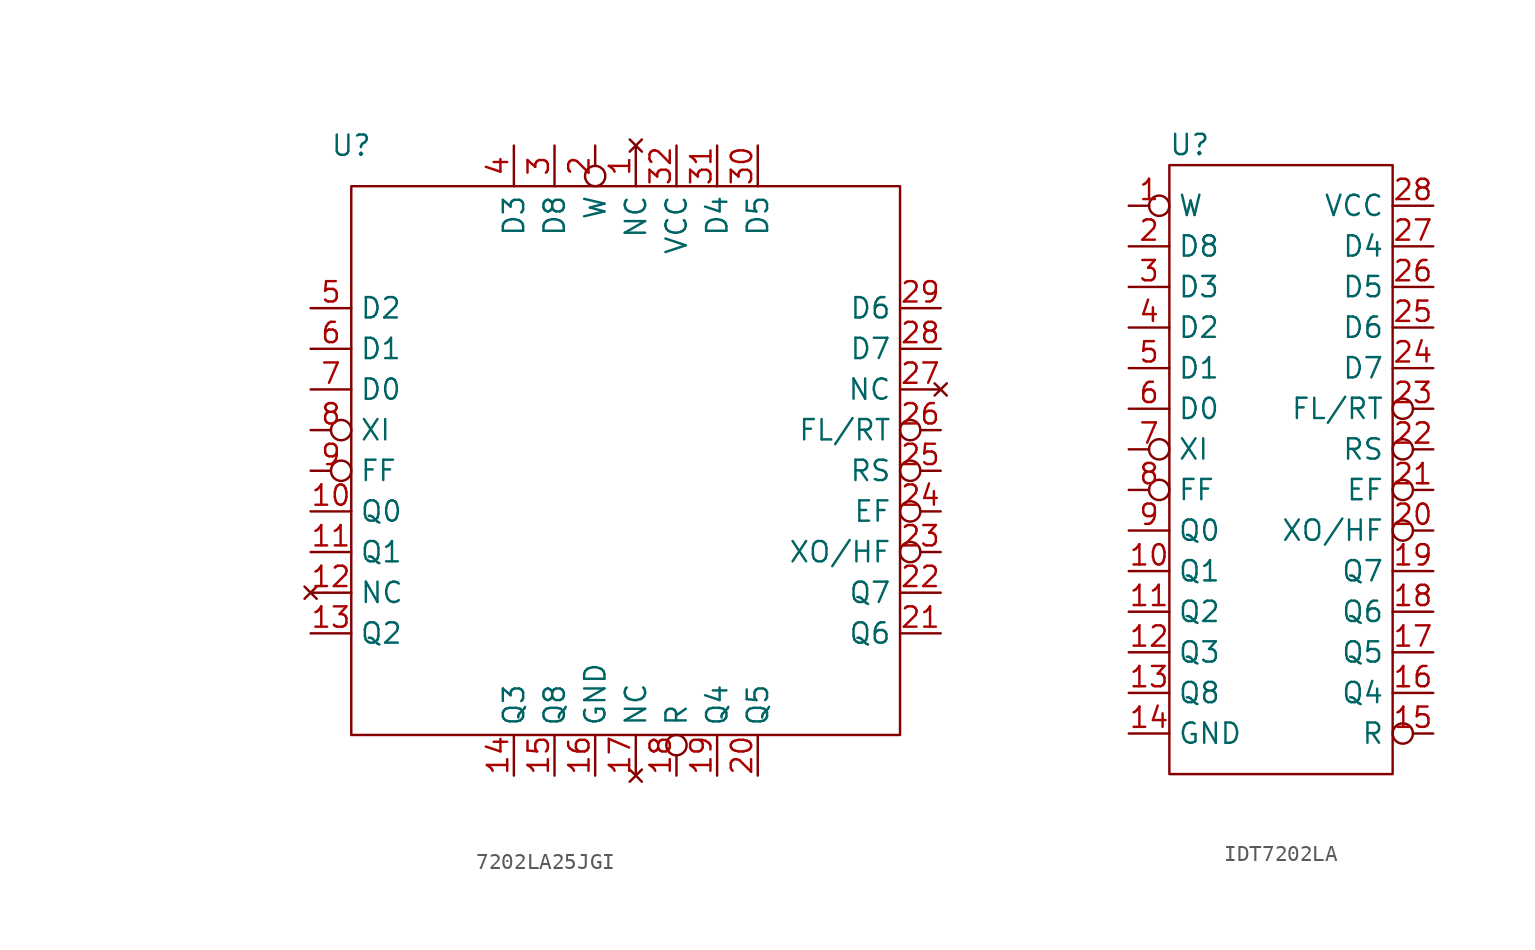
<source format=kicad_sym>
(kicad_symbol_lib
  (version 20220914)
  (generator kicad_symbol_editor)
  (symbol "7202LA25JGI"
    (property "Reference" "U"
      (at -17.78 21.59 0)
      (effects (font (size 1.27 1.27))))
    (property "Value" ""
      (at -30.48 6.35 0)
      (effects (font (size 1.27 1.27))))
    (symbol "7202LA25JGI_0_1"
      (rectangle (start -17.78 19.05) (end 16.51 -15.24) (stroke (width 0) (type default)) (fill (type none))))
    (symbol "7202LA25JGI_1_1"
      (pin no_connect line (at 0 21.59 270) (length 2.54) (name "NC" (effects (font (size 1.27 1.27)))) (number "1" (effects (font (size 1.27 1.27)))))
      (pin bidirectional line (at -20.32 -1.27 0) (length 2.54) (name "Q0" (effects (font (size 1.27 1.27)))) (number "10" (effects (font (size 1.27 1.27)))))
      (pin bidirectional line (at -20.32 -3.81 0) (length 2.54) (name "Q1" (effects (font (size 1.27 1.27)))) (number "11" (effects (font (size 1.27 1.27)))))
      (pin no_connect line (at -20.32 -6.35 0) (length 2.54) (name "NC" (effects (font (size 1.27 1.27)))) (number "12" (effects (font (size 1.27 1.27)))))
      (pin bidirectional line (at -20.32 -8.89 0) (length 2.54) (name "Q2" (effects (font (size 1.27 1.27)))) (number "13" (effects (font (size 1.27 1.27)))))
      (pin bidirectional line (at -7.62 -17.78 90) (length 2.54) (name "Q3" (effects (font (size 1.27 1.27)))) (number "14" (effects (font (size 1.27 1.27)))))
      (pin bidirectional line (at -5.08 -17.78 90) (length 2.54) (name "Q8" (effects (font (size 1.27 1.27)))) (number "15" (effects (font (size 1.27 1.27)))))
      (pin power_in line (at -2.54 -17.78 90) (length 2.54) (name "GND" (effects (font (size 1.27 1.27)))) (number "16" (effects (font (size 1.27 1.27)))))
      (pin no_connect line (at 0 -17.78 90) (length 2.54) (name "NC" (effects (font (size 1.27 1.27)))) (number "17" (effects (font (size 1.27 1.27)))))
      (pin input inverted (at 2.54 -17.78 90) (length 2.54) (name "R" (effects (font (size 1.27 1.27)))) (number "18" (effects (font (size 1.27 1.27)))))
      (pin bidirectional line (at 5.08 -17.78 90) (length 2.54) (name "Q4" (effects (font (size 1.27 1.27)))) (number "19" (effects (font (size 1.27 1.27)))))
      (pin input inverted (at -2.54 21.59 270) (length 2.54) (name "W" (effects (font (size 1.27 1.27)))) (number "2" (effects (font (size 1.27 1.27)))))
      (pin bidirectional line (at 7.62 -17.78 90) (length 2.54) (name "Q5" (effects (font (size 1.27 1.27)))) (number "20" (effects (font (size 1.27 1.27)))))
      (pin bidirectional line (at 19.05 -8.89 180) (length 2.54) (name "Q6" (effects (font (size 1.27 1.27)))) (number "21" (effects (font (size 1.27 1.27)))))
      (pin bidirectional line (at 19.05 -6.35 180) (length 2.54) (name "Q7" (effects (font (size 1.27 1.27)))) (number "22" (effects (font (size 1.27 1.27)))))
      (pin output inverted (at 19.05 -3.81 180) (length 2.54) (name "XO/HF" (effects (font (size 1.27 1.27)))) (number "23" (effects (font (size 1.27 1.27)))))
      (pin output inverted (at 19.05 -1.27 180) (length 2.54) (name "EF" (effects (font (size 1.27 1.27)))) (number "24" (effects (font (size 1.27 1.27)))))
      (pin input inverted (at 19.05 1.27 180) (length 2.54) (name "RS" (effects (font (size 1.27 1.27)))) (number "25" (effects (font (size 1.27 1.27)))))
      (pin input inverted (at 19.05 3.81 180) (length 2.54) (name "FL/RT" (effects (font (size 1.27 1.27)))) (number "26" (effects (font (size 1.27 1.27)))))
      (pin no_connect line (at 19.05 6.35 180) (length 2.54) (name "NC" (effects (font (size 1.27 1.27)))) (number "27" (effects (font (size 1.27 1.27)))))
      (pin bidirectional line (at 19.05 8.89 180) (length 2.54) (name "D7" (effects (font (size 1.27 1.27)))) (number "28" (effects (font (size 1.27 1.27)))))
      (pin bidirectional line (at 19.05 11.43 180) (length 2.54) (name "D6" (effects (font (size 1.27 1.27)))) (number "29" (effects (font (size 1.27 1.27)))))
      (pin bidirectional line (at -5.08 21.59 270) (length 2.54) (name "D8" (effects (font (size 1.27 1.27)))) (number "3" (effects (font (size 1.27 1.27)))))
      (pin bidirectional line (at 7.62 21.59 270) (length 2.54) (name "D5" (effects (font (size 1.27 1.27)))) (number "30" (effects (font (size 1.27 1.27)))))
      (pin bidirectional line (at 5.08 21.59 270) (length 2.54) (name "D4" (effects (font (size 1.27 1.27)))) (number "31" (effects (font (size 1.27 1.27)))))
      (pin power_in line (at 2.54 21.59 270) (length 2.54) (name "VCC" (effects (font (size 1.27 1.27)))) (number "32" (effects (font (size 1.27 1.27)))))
      (pin bidirectional line (at -7.62 21.59 270) (length 2.54) (name "D3" (effects (font (size 1.27 1.27)))) (number "4" (effects (font (size 1.27 1.27)))))
      (pin bidirectional line (at -20.32 11.43 0) (length 2.54) (name "D2" (effects (font (size 1.27 1.27)))) (number "5" (effects (font (size 1.27 1.27)))))
      (pin bidirectional line (at -20.32 8.89 0) (length 2.54) (name "D1" (effects (font (size 1.27 1.27)))) (number "6" (effects (font (size 1.27 1.27)))))
      (pin bidirectional line (at -20.32 6.35 0) (length 2.54) (name "D0" (effects (font (size 1.27 1.27)))) (number "7" (effects (font (size 1.27 1.27)))))
      (pin input inverted (at -20.32 3.81 0) (length 2.54) (name "XI" (effects (font (size 1.27 1.27)))) (number "8" (effects (font (size 1.27 1.27)))))
      (pin output inverted (at -20.32 1.27 0) (length 2.54) (name "FF" (effects (font (size 1.27 1.27)))) (number "9" (effects (font (size 1.27 1.27)))))))
  (symbol "IDT7202LA"
    (property "Reference" "U"
      (at -5.08 8.89 0)
      (effects (font (size 1.27 1.27))))
    (property "Value" ""
      (at -2.54 0 0)
      (effects (font (size 1.27 1.27))))
    (symbol "IDT7202LA_0_1"
      (rectangle (start -6.35 7.62) (end 7.62 -30.48) (stroke (width 0) (type default)) (fill (type none))))
    (symbol "IDT7202LA_1_1"
      (pin input inverted (at -8.89 5.08 0) (length 2.54) (name "W" (effects (font (size 1.27 1.27)))) (number "1" (effects (font (size 1.27 1.27)))))
      (pin bidirectional line (at -8.89 -17.78 0) (length 2.54) (name "Q1" (effects (font (size 1.27 1.27)))) (number "10" (effects (font (size 1.27 1.27)))))
      (pin bidirectional line (at -8.89 -20.32 0) (length 2.54) (name "Q2" (effects (font (size 1.27 1.27)))) (number "11" (effects (font (size 1.27 1.27)))))
      (pin bidirectional line (at -8.89 -22.86 0) (length 2.54) (name "Q3" (effects (font (size 1.27 1.27)))) (number "12" (effects (font (size 1.27 1.27)))))
      (pin bidirectional line (at -8.89 -25.4 0) (length 2.54) (name "Q8" (effects (font (size 1.27 1.27)))) (number "13" (effects (font (size 1.27 1.27)))))
      (pin power_in line (at -8.89 -27.94 0) (length 2.54) (name "GND" (effects (font (size 1.27 1.27)))) (number "14" (effects (font (size 1.27 1.27)))))
      (pin input inverted (at 10.16 -27.94 180) (length 2.54) (name "R" (effects (font (size 1.27 1.27)))) (number "15" (effects (font (size 1.27 1.27)))))
      (pin bidirectional line (at 10.16 -25.4 180) (length 2.54) (name "Q4" (effects (font (size 1.27 1.27)))) (number "16" (effects (font (size 1.27 1.27)))))
      (pin bidirectional line (at 10.16 -22.86 180) (length 2.54) (name "Q5" (effects (font (size 1.27 1.27)))) (number "17" (effects (font (size 1.27 1.27)))))
      (pin bidirectional line (at 10.16 -20.32 180) (length 2.54) (name "Q6" (effects (font (size 1.27 1.27)))) (number "18" (effects (font (size 1.27 1.27)))))
      (pin bidirectional line (at 10.16 -17.78 180) (length 2.54) (name "Q7" (effects (font (size 1.27 1.27)))) (number "19" (effects (font (size 1.27 1.27)))))
      (pin bidirectional line (at -8.89 2.54 0) (length 2.54) (name "D8" (effects (font (size 1.27 1.27)))) (number "2" (effects (font (size 1.27 1.27)))))
      (pin output inverted (at 10.16 -15.24 180) (length 2.54) (name "XO/HF" (effects (font (size 1.27 1.27)))) (number "20" (effects (font (size 1.27 1.27)))))
      (pin output inverted (at 10.16 -12.7 180) (length 2.54) (name "EF" (effects (font (size 1.27 1.27)))) (number "21" (effects (font (size 1.27 1.27)))))
      (pin input inverted (at 10.16 -10.16 180) (length 2.54) (name "RS" (effects (font (size 1.27 1.27)))) (number "22" (effects (font (size 1.27 1.27)))))
      (pin input inverted (at 10.16 -7.62 180) (length 2.54) (name "FL/RT" (effects (font (size 1.27 1.27)))) (number "23" (effects (font (size 1.27 1.27)))))
      (pin bidirectional line (at 10.16 -5.08 180) (length 2.54) (name "D7" (effects (font (size 1.27 1.27)))) (number "24" (effects (font (size 1.27 1.27)))))
      (pin bidirectional line (at 10.16 -2.54 180) (length 2.54) (name "D6" (effects (font (size 1.27 1.27)))) (number "25" (effects (font (size 1.27 1.27)))))
      (pin bidirectional line (at 10.16 0 180) (length 2.54) (name "D5" (effects (font (size 1.27 1.27)))) (number "26" (effects (font (size 1.27 1.27)))))
      (pin bidirectional line (at 10.16 2.54 180) (length 2.54) (name "D4" (effects (font (size 1.27 1.27)))) (number "27" (effects (font (size 1.27 1.27)))))
      (pin power_in line (at 10.16 5.08 180) (length 2.54) (name "VCC" (effects (font (size 1.27 1.27)))) (number "28" (effects (font (size 1.27 1.27)))))
      (pin bidirectional line (at -8.89 0 0) (length 2.54) (name "D3" (effects (font (size 1.27 1.27)))) (number "3" (effects (font (size 1.27 1.27)))))
      (pin bidirectional line (at -8.89 -2.54 0) (length 2.54) (name "D2" (effects (font (size 1.27 1.27)))) (number "4" (effects (font (size 1.27 1.27)))))
      (pin bidirectional line (at -8.89 -5.08 0) (length 2.54) (name "D1" (effects (font (size 1.27 1.27)))) (number "5" (effects (font (size 1.27 1.27)))))
      (pin bidirectional line (at -8.89 -7.62 0) (length 2.54) (name "D0" (effects (font (size 1.27 1.27)))) (number "6" (effects (font (size 1.27 1.27)))))
      (pin input inverted (at -8.89 -10.16 0) (length 2.54) (name "XI" (effects (font (size 1.27 1.27)))) (number "7" (effects (font (size 1.27 1.27)))))
      (pin output inverted (at -8.89 -12.7 0) (length 2.54) (name "FF" (effects (font (size 1.27 1.27)))) (number "8" (effects (font (size 1.27 1.27)))))
      (pin bidirectional line (at -8.89 -15.24 0) (length 2.54) (name "Q0" (effects (font (size 1.27 1.27)))) (number "9" (effects (font (size 1.27 1.27))))))))
</source>
